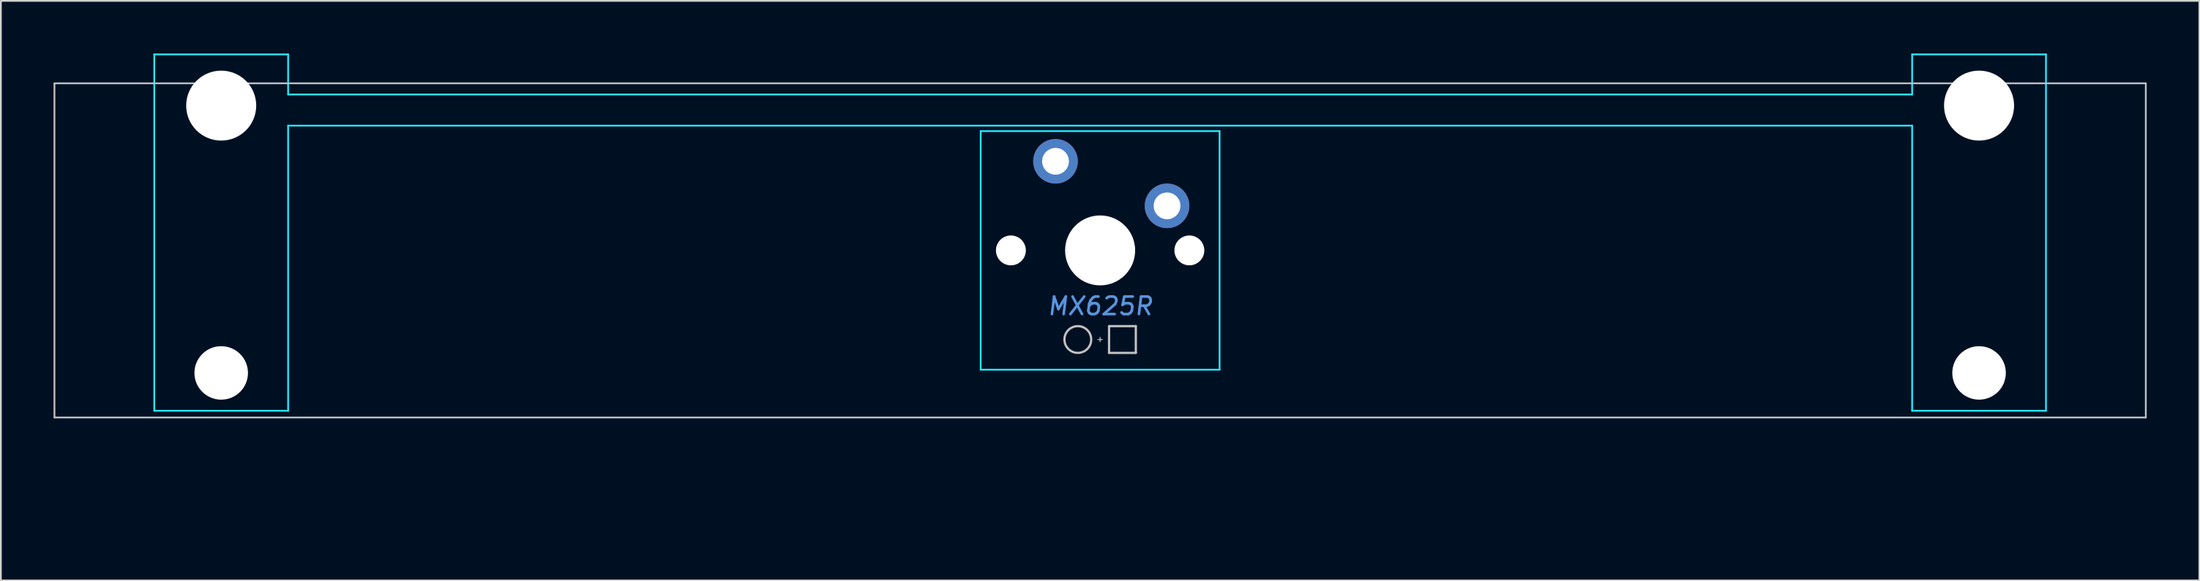
<source format=kicad_pcb>
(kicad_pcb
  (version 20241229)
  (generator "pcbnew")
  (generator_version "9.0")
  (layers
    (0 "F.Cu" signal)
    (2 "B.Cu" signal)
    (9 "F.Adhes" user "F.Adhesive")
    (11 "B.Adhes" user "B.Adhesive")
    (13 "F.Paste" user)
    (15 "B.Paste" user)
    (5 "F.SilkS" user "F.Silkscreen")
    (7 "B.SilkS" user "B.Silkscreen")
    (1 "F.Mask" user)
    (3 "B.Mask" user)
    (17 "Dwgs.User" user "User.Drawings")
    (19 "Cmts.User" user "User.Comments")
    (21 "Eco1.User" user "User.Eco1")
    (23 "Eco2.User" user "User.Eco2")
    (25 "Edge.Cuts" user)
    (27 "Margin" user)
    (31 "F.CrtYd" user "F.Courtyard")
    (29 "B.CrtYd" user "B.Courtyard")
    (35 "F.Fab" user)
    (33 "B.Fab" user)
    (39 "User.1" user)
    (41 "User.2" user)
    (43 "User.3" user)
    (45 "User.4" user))
  (footprint "MX625R"
    (layer "F.Cu")
    (at 59.581 11.226)
    (property "Reference" "MX625R" (at 0 3.175 0) (layer "Cmts.User") (effects (font (size 1 1) (thickness 0.15) (italic yes))))
    (attr through_hole)
    (fp_line (start -59.531 -9.525) (end -59.531 9.525) (stroke (width 0.1) (type solid)) (layer "Dwgs.User"))
    (fp_line (start -59.531 -9.525) (end 59.531 -9.525) (stroke (width 0.1) (type solid)) (layer "Dwgs.User"))
    (fp_line (start -59.531 9.525) (end 59.531 9.525) (stroke (width 0.1) (type solid)) (layer "Dwgs.User"))
    (fp_line (start -0.127 5.08) (end 0.127 5.08) (stroke (width 0.051) (type solid)) (layer "Dwgs.User"))
    (fp_line (start 0 5.207) (end 0 4.953) (stroke (width 0.051) (type solid)) (layer "Dwgs.User"))
    (fp_line (start 0.508 4.318) (end 0.508 5.842) (stroke (width 0.127) (type solid)) (layer "Dwgs.User"))
    (fp_line (start 0.508 4.318) (end 2.032 4.318) (stroke (width 0.127) (type solid)) (layer "Dwgs.User"))
    (fp_line (start 0.508 5.842) (end 2.032 5.842) (stroke (width 0.127) (type solid)) (layer "Dwgs.User"))
    (fp_line (start 2.032 5.842) (end 2.032 4.318) (stroke (width 0.127) (type solid)) (layer "Dwgs.User"))
    (fp_line (start 59.531 -9.525) (end 59.531 9.525) (stroke (width 0.1) (type solid)) (layer "Dwgs.User"))
    (fp_circle (center -1.27 5.08) (end -0.508 5.08) (stroke (width 0.127) (type solid)) (fill no) (layer "Dwgs.User"))
    (fp_line (start -54.28 0.508) (end -53.264 0.508) (stroke (width 0.1) (type solid)) (layer "Eco1.User"))
    (fp_line (start -54.28 3.302) (end -54.28 0.508) (stroke (width 0.1) (type solid)) (layer "Eco1.User"))
    (fp_line (start -53.264 0.508) (end -53.264 -6.604) (stroke (width 0.1) (type solid)) (layer "Eco1.User"))
    (fp_line (start -53.264 3.302) (end -54.28 3.302) (stroke (width 0.1) (type solid)) (layer "Eco1.User"))
    (fp_line (start -53.264 -6.604) (end -51.46 -6.604) (stroke (width 0.1) (type solid)) (layer "Eco1.User"))
    (fp_line (start -53.264 5.69) (end -53.264 3.302) (stroke (width 0.1) (type solid)) (layer "Eco1.User"))
    (fp_line (start -51.46 -7.772) (end -48.412 -7.772) (stroke (width 0.1) (type solid)) (layer "Eco1.User"))
    (fp_line (start -51.46 -6.604) (end -51.46 -7.772) (stroke (width 0.1) (type solid)) (layer "Eco1.User"))
    (fp_line (start -48.412 -7.772) (end -48.412 -6.604) (stroke (width 0.1) (type solid)) (layer "Eco1.User"))
    (fp_line (start -48.412 -6.604) (end -46.609 -6.604) (stroke (width 0.1) (type solid)) (layer "Eco1.User"))
    (fp_line (start -46.609 -2.286) (end -6.985 -2.286) (stroke (width 0.1) (type solid)) (layer "Eco1.User"))
    (fp_line (start -46.609 5.69) (end -53.264 5.69) (stroke (width 0.1) (type solid)) (layer "Eco1.User"))
    (fp_line (start -46.609 -6.604) (end -46.609 -2.286) (stroke (width 0.1) (type solid)) (layer "Eco1.User"))
    (fp_line (start -46.609 2.286) (end -46.609 5.69) (stroke (width 0.1) (type solid)) (layer "Eco1.User"))
    (fp_line (start -7 7) (end -6.985 2.286) (stroke (width 0.1) (type solid)) (layer "Eco1.User"))
    (fp_line (start -6.985 -2.286) (end -6.985 -6.985) (stroke (width 0.1) (type solid)) (layer "Eco1.User"))
    (fp_line (start -6.985 -6.985) (end 7 -7) (stroke (width 0.1) (type solid)) (layer "Eco1.User"))
    (fp_line (start -6.985 2.286) (end -46.609 2.286) (stroke (width 0.1) (type solid)) (layer "Eco1.User"))
    (fp_line (start -0.941 0.000031) (end 0.941 -0.000025) (stroke (width 0.1) (type solid)) (layer "Eco1.User"))
    (fp_line (start 0 15.765) (end 0 15.765) (stroke (width 0.1) (type solid)) (layer "Eco1.User"))
    (fp_line (start 0 15.765) (end 0 15.765) (stroke (width 0.1) (type solid)) (layer "Eco1.User"))
    (fp_line (start 0 15.765) (end 0 15.765) (stroke (width 0.1) (type solid)) (layer "Eco1.User"))
    (fp_line (start 0.000028 0.941) (end -0.000028 -0.941) (stroke (width 0.1) (type solid)) (layer "Eco1.User"))
    (fp_line (start 6.985 -2.286) (end 46.609 -2.286) (stroke (width 0.1) (type solid)) (layer "Eco1.User"))
    (fp_line (start 6.985 2.286) (end 7 7) (stroke (width 0.1) (type solid)) (layer "Eco1.User"))
    (fp_line (start 7 -7) (end 6.985 -2.286) (stroke (width 0.1) (type solid)) (layer "Eco1.User"))
    (fp_line (start 7 7) (end -7 7) (stroke (width 0.1) (type solid)) (layer "Eco1.User"))
    (fp_line (start 46.609 -6.604) (end 48.412 -6.604) (stroke (width 0.1) (type solid)) (layer "Eco1.User"))
    (fp_line (start 46.609 -2.286) (end 46.609 -6.604) (stroke (width 0.1) (type solid)) (layer "Eco1.User"))
    (fp_line (start 46.609 2.286) (end 6.985 2.286) (stroke (width 0.1) (type solid)) (layer "Eco1.User"))
    (fp_line (start 46.609 5.69) (end 46.609 2.286) (stroke (width 0.1) (type solid)) (layer "Eco1.User"))
    (fp_line (start 48.412 -7.772) (end 51.46 -7.772) (stroke (width 0.1) (type solid)) (layer "Eco1.User"))
    (fp_line (start 48.412 -6.604) (end 48.412 -7.772) (stroke (width 0.1) (type solid)) (layer "Eco1.User"))
    (fp_line (start 51.46 -7.772) (end 51.46 -6.604) (stroke (width 0.1) (type solid)) (layer "Eco1.User"))
    (fp_line (start 51.46 -6.604) (end 53.264 -6.604) (stroke (width 0.1) (type solid)) (layer "Eco1.User"))
    (fp_line (start 53.264 -6.604) (end 53.264 0.508) (stroke (width 0.1) (type solid)) (layer "Eco1.User"))
    (fp_line (start 53.264 5.69) (end 46.609 5.69) (stroke (width 0.1) (type solid)) (layer "Eco1.User"))
    (fp_line (start 53.264 0.508) (end 54.28 0.508) (stroke (width 0.1) (type solid)) (layer "Eco1.User"))
    (fp_line (start 53.264 3.302) (end 53.264 5.69) (stroke (width 0.1) (type solid)) (layer "Eco1.User"))
    (fp_line (start 54.28 0.508) (end 54.28 3.302) (stroke (width 0.1) (type solid)) (layer "Eco1.User"))
    (fp_line (start 54.28 3.302) (end 53.264 3.302) (stroke (width 0.1) (type solid)) (layer "Eco1.User"))
    (fp_line (start -53.848 9.144) (end -53.848 -11.176) (stroke (width 0.1) (type solid)) (layer "B.CrtYd"))
    (fp_line (start -46.228 -11.176) (end -53.848 -11.176) (stroke (width 0.1) (type solid)) (layer "B.CrtYd"))
    (fp_line (start -46.228 -8.89) (end -46.228 -11.176) (stroke (width 0.1) (type solid)) (layer "B.CrtYd"))
    (fp_line (start -46.228 -7.112) (end -46.228 9.144) (stroke (width 0.1) (type solid)) (layer "B.CrtYd"))
    (fp_line (start -46.228 9.144) (end -53.848 9.144) (stroke (width 0.1) (type solid)) (layer "B.CrtYd"))
    (fp_line (start -6.8 -6.8) (end -6.8 6.8) (stroke (width 0.1) (type solid)) (layer "B.CrtYd"))
    (fp_line (start -6.8 -6.8) (end 6.8 -6.8) (stroke (width 0.1) (type solid)) (layer "B.CrtYd"))
    (fp_line (start -6.8 6.8) (end 6.8 6.8) (stroke (width 0.1) (type solid)) (layer "B.CrtYd"))
    (fp_line (start 6.8 6.8) (end 6.8 -6.8) (stroke (width 0.1) (type solid)) (layer "B.CrtYd"))
    (fp_line (start 46.228 -8.89) (end -46.228 -8.89) (stroke (width 0.1) (type solid)) (layer "B.CrtYd"))
    (fp_line (start 46.228 -8.89) (end 46.228 -11.176) (stroke (width 0.1) (type solid)) (layer "B.CrtYd"))
    (fp_line (start 46.228 -7.112) (end -46.228 -7.112) (stroke (width 0.1) (type solid)) (layer "B.CrtYd"))
    (fp_line (start 46.228 -7.112) (end 46.228 9.144) (stroke (width 0.1) (type solid)) (layer "B.CrtYd"))
    (fp_line (start 53.848 -11.176) (end 46.228 -11.176) (stroke (width 0.1) (type solid)) (layer "B.CrtYd"))
    (fp_line (start 53.848 9.144) (end 46.228 9.144) (stroke (width 0.1) (type solid)) (layer "B.CrtYd"))
    (fp_line (start 53.848 9.144) (end 53.848 -11.176) (stroke (width 0.1) (type solid)) (layer "B.CrtYd"))
    (pad "" np_thru_hole circle (at -50.038 -8.255) (size 3.988 3.988) (drill 3.988) (layers "*.Cu" "*.Mask"))
    (pad "" np_thru_hole circle (at -50.038 6.985) (size 3.048 3.048) (drill 3.048) (layers "*.Cu" "*.Mask"))
    (pad "" np_thru_hole circle (at -5.08 0) (size 1.702 1.702) (drill 1.702) (layers "*.Cu" "*.Mask"))
    (pad "" np_thru_hole circle (at 0 0) (size 3.988 3.988) (drill 3.988) (layers "*.Cu" "*.Mask"))
    (pad "" np_thru_hole circle (at 5.08 0) (size 1.702 1.702) (drill 1.702) (layers "*.Cu" "*.Mask"))
    (pad "" np_thru_hole circle (at 50.038 -8.255) (size 3.988 3.988) (drill 3.988) (layers "*.Cu" "*.Mask"))
    (pad "" np_thru_hole circle (at 50.038 6.985) (size 3.048 3.048) (drill 3.048) (layers "*.Cu" "*.Mask"))
    (pad "1" thru_hole circle (at -2.54 -5.08) (size 2.54 2.54) (drill 1.524) (layers "*.Cu" "*.Mask"))
    (pad "2" thru_hole circle (at 3.81 -2.54) (size 2.54 2.54) (drill 1.524) (layers "*.Cu" "*.Mask")))
  (gr_rect
    (start -3 -3)
    (end 122.162 30.041)
    (stroke (width 0.1) (type default))
    (fill no)
    (layer "Edge.Cuts")))
</source>
